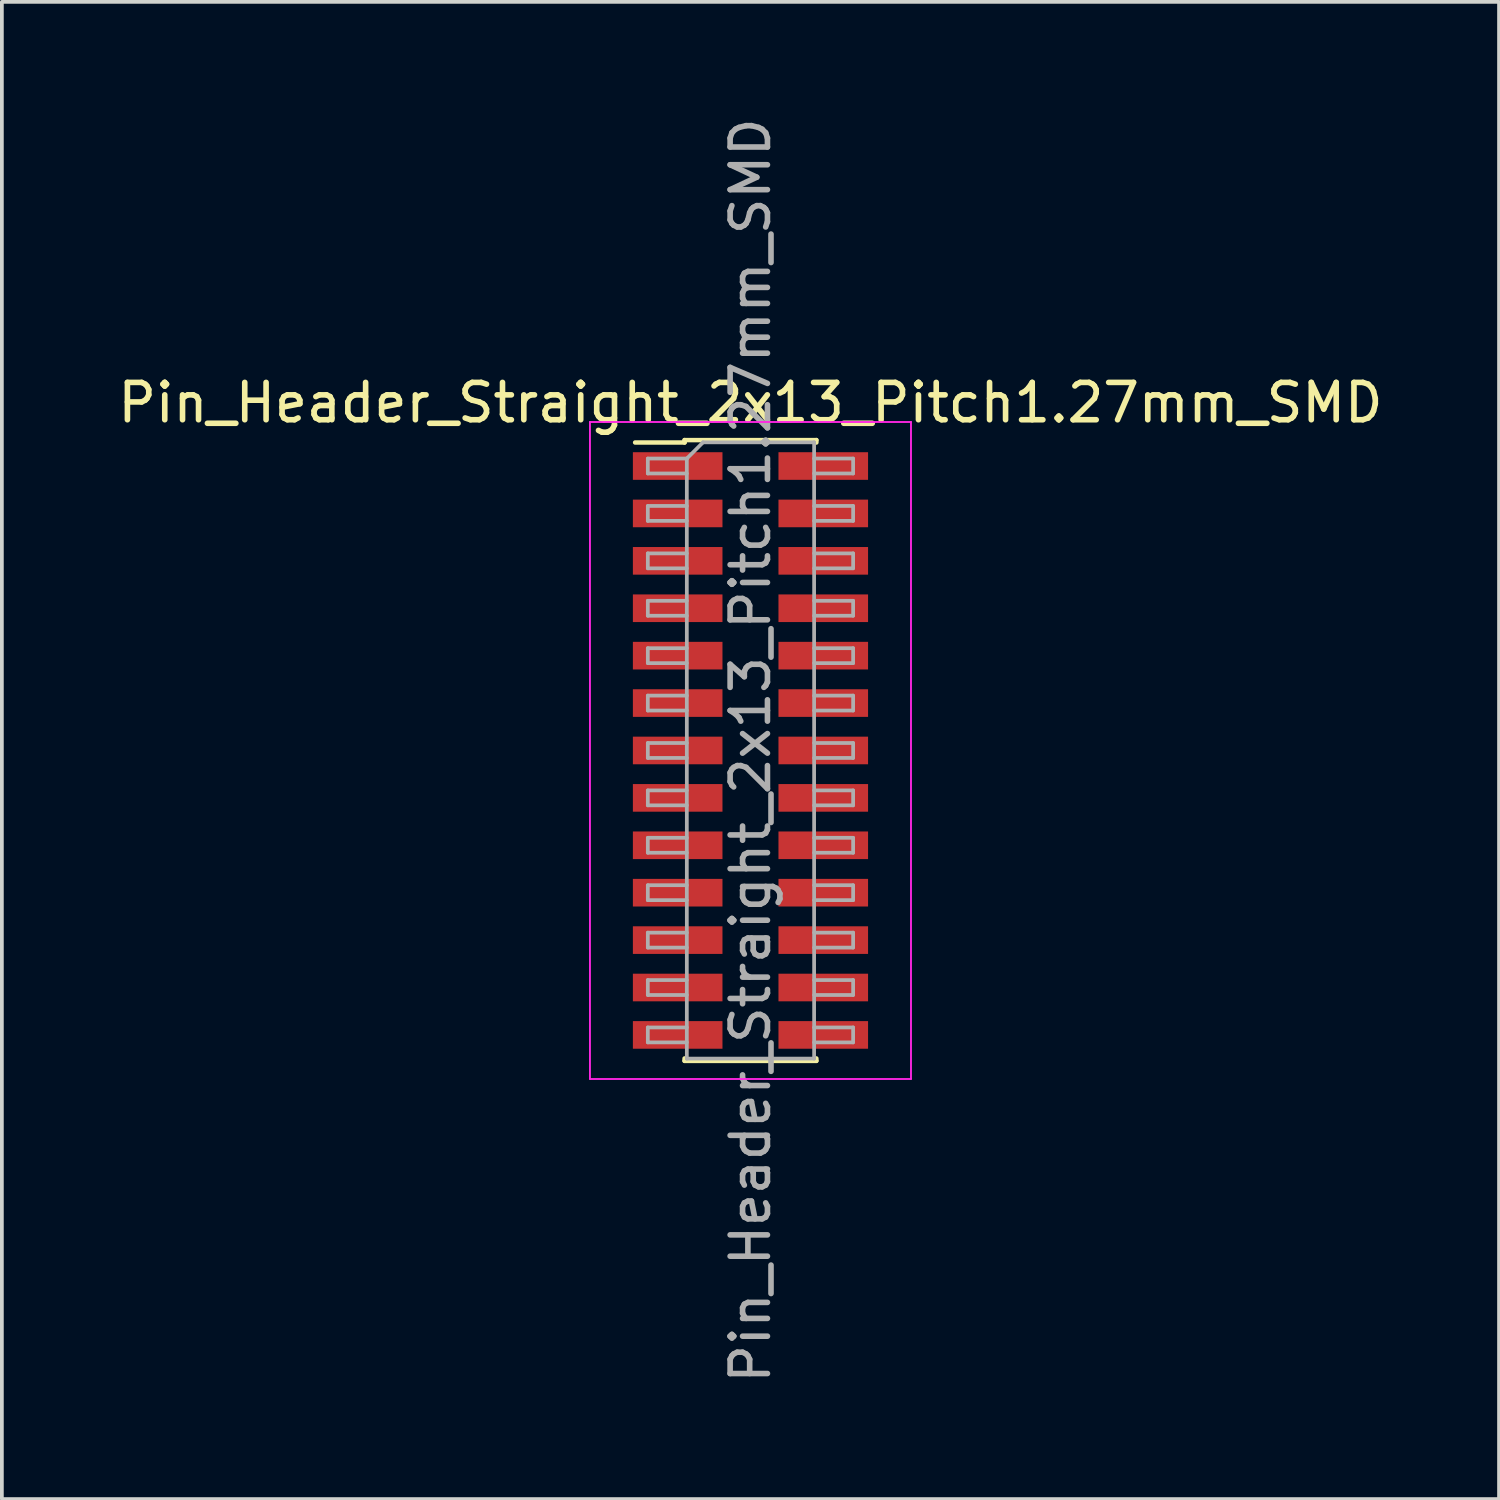
<source format=kicad_pcb>
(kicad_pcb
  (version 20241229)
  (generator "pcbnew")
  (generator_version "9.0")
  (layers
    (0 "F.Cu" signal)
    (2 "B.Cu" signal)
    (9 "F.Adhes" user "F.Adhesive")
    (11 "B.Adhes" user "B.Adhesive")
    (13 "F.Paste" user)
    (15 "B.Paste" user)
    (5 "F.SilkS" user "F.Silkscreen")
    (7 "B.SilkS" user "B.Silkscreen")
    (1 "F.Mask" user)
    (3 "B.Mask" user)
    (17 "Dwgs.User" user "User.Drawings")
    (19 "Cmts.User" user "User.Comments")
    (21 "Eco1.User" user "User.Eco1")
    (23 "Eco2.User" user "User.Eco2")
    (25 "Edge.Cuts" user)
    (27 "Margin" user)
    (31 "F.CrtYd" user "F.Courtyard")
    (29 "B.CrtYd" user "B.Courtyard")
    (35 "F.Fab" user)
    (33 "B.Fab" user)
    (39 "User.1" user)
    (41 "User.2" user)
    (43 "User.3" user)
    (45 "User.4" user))
  (footprint "Pin_Header_Straight_2x13_Pitch1.27mm_SMD"
    (layer "F.Cu")
    (at 17.054 17.054)
    (property "Reference" "Pin_Header_Straight_2x13_Pitch1.27mm_SMD" (at 0 -9.315 0) (layer "F.SilkS") (effects (font (size 1 1) (thickness 0.15))))
    (attr smd)
    (fp_line (start -3.09 -8.25) (end -1.765 -8.25) (stroke (width 0.12) (type solid)) (layer "F.SilkS"))
    (fp_line (start -1.765 -8.315) (end -1.765 -8.25) (stroke (width 0.12) (type solid)) (layer "F.SilkS"))
    (fp_line (start -1.765 -8.315) (end 1.765 -8.315) (stroke (width 0.12) (type solid)) (layer "F.SilkS"))
    (fp_line (start -1.765 8.25) (end -1.765 8.315) (stroke (width 0.12) (type solid)) (layer "F.SilkS"))
    (fp_line (start -1.765 8.315) (end 1.765 8.315) (stroke (width 0.12) (type solid)) (layer "F.SilkS"))
    (fp_line (start 1.765 -8.315) (end 1.765 -8.25) (stroke (width 0.12) (type solid)) (layer "F.SilkS"))
    (fp_line (start 1.765 8.25) (end 1.765 8.315) (stroke (width 0.12) (type solid)) (layer "F.SilkS"))
    (fp_line (start -4.3 -8.8) (end -4.3 8.8) (stroke (width 0.05) (type solid)) (layer "F.CrtYd"))
    (fp_line (start -4.3 8.8) (end 4.3 8.8) (stroke (width 0.05) (type solid)) (layer "F.CrtYd"))
    (fp_line (start 4.3 -8.8) (end -4.3 -8.8) (stroke (width 0.05) (type solid)) (layer "F.CrtYd"))
    (fp_line (start 4.3 8.8) (end 4.3 -8.8) (stroke (width 0.05) (type solid)) (layer "F.CrtYd"))
    (fp_line (start -2.75 -7.82) (end -2.75 -7.42) (stroke (width 0.1) (type solid)) (layer "F.Fab"))
    (fp_line (start -2.75 -7.42) (end -1.705 -7.42) (stroke (width 0.1) (type solid)) (layer "F.Fab"))
    (fp_line (start -2.75 -6.55) (end -2.75 -6.15) (stroke (width 0.1) (type solid)) (layer "F.Fab"))
    (fp_line (start -2.75 -6.15) (end -1.705 -6.15) (stroke (width 0.1) (type solid)) (layer "F.Fab"))
    (fp_line (start -2.75 -5.28) (end -2.75 -4.88) (stroke (width 0.1) (type solid)) (layer "F.Fab"))
    (fp_line (start -2.75 -4.88) (end -1.705 -4.88) (stroke (width 0.1) (type solid)) (layer "F.Fab"))
    (fp_line (start -2.75 -4.01) (end -2.75 -3.61) (stroke (width 0.1) (type solid)) (layer "F.Fab"))
    (fp_line (start -2.75 -3.61) (end -1.705 -3.61) (stroke (width 0.1) (type solid)) (layer "F.Fab"))
    (fp_line (start -2.75 -2.74) (end -2.75 -2.34) (stroke (width 0.1) (type solid)) (layer "F.Fab"))
    (fp_line (start -2.75 -2.34) (end -1.705 -2.34) (stroke (width 0.1) (type solid)) (layer "F.Fab"))
    (fp_line (start -2.75 -1.47) (end -2.75 -1.07) (stroke (width 0.1) (type solid)) (layer "F.Fab"))
    (fp_line (start -2.75 -1.07) (end -1.705 -1.07) (stroke (width 0.1) (type solid)) (layer "F.Fab"))
    (fp_line (start -2.75 -0.2) (end -2.75 0.2) (stroke (width 0.1) (type solid)) (layer "F.Fab"))
    (fp_line (start -2.75 0.2) (end -1.705 0.2) (stroke (width 0.1) (type solid)) (layer "F.Fab"))
    (fp_line (start -2.75 1.07) (end -2.75 1.47) (stroke (width 0.1) (type solid)) (layer "F.Fab"))
    (fp_line (start -2.75 1.47) (end -1.705 1.47) (stroke (width 0.1) (type solid)) (layer "F.Fab"))
    (fp_line (start -2.75 2.34) (end -2.75 2.74) (stroke (width 0.1) (type solid)) (layer "F.Fab"))
    (fp_line (start -2.75 2.74) (end -1.705 2.74) (stroke (width 0.1) (type solid)) (layer "F.Fab"))
    (fp_line (start -2.75 3.61) (end -2.75 4.01) (stroke (width 0.1) (type solid)) (layer "F.Fab"))
    (fp_line (start -2.75 4.01) (end -1.705 4.01) (stroke (width 0.1) (type solid)) (layer "F.Fab"))
    (fp_line (start -2.75 4.88) (end -2.75 5.28) (stroke (width 0.1) (type solid)) (layer "F.Fab"))
    (fp_line (start -2.75 5.28) (end -1.705 5.28) (stroke (width 0.1) (type solid)) (layer "F.Fab"))
    (fp_line (start -2.75 6.15) (end -2.75 6.55) (stroke (width 0.1) (type solid)) (layer "F.Fab"))
    (fp_line (start -2.75 6.55) (end -1.705 6.55) (stroke (width 0.1) (type solid)) (layer "F.Fab"))
    (fp_line (start -2.75 7.42) (end -2.75 7.82) (stroke (width 0.1) (type solid)) (layer "F.Fab"))
    (fp_line (start -2.75 7.82) (end -1.705 7.82) (stroke (width 0.1) (type solid)) (layer "F.Fab"))
    (fp_line (start -1.705 -7.82) (end -2.75 -7.82) (stroke (width 0.1) (type solid)) (layer "F.Fab"))
    (fp_line (start -1.705 -7.82) (end -1.27 -8.255) (stroke (width 0.1) (type solid)) (layer "F.Fab"))
    (fp_line (start -1.705 -6.55) (end -2.75 -6.55) (stroke (width 0.1) (type solid)) (layer "F.Fab"))
    (fp_line (start -1.705 -5.28) (end -2.75 -5.28) (stroke (width 0.1) (type solid)) (layer "F.Fab"))
    (fp_line (start -1.705 -4.01) (end -2.75 -4.01) (stroke (width 0.1) (type solid)) (layer "F.Fab"))
    (fp_line (start -1.705 -2.74) (end -2.75 -2.74) (stroke (width 0.1) (type solid)) (layer "F.Fab"))
    (fp_line (start -1.705 -1.47) (end -2.75 -1.47) (stroke (width 0.1) (type solid)) (layer "F.Fab"))
    (fp_line (start -1.705 -0.2) (end -2.75 -0.2) (stroke (width 0.1) (type solid)) (layer "F.Fab"))
    (fp_line (start -1.705 1.07) (end -2.75 1.07) (stroke (width 0.1) (type solid)) (layer "F.Fab"))
    (fp_line (start -1.705 2.34) (end -2.75 2.34) (stroke (width 0.1) (type solid)) (layer "F.Fab"))
    (fp_line (start -1.705 3.61) (end -2.75 3.61) (stroke (width 0.1) (type solid)) (layer "F.Fab"))
    (fp_line (start -1.705 4.88) (end -2.75 4.88) (stroke (width 0.1) (type solid)) (layer "F.Fab"))
    (fp_line (start -1.705 6.15) (end -2.75 6.15) (stroke (width 0.1) (type solid)) (layer "F.Fab"))
    (fp_line (start -1.705 7.42) (end -2.75 7.42) (stroke (width 0.1) (type solid)) (layer "F.Fab"))
    (fp_line (start -1.705 8.255) (end -1.705 -7.82) (stroke (width 0.1) (type solid)) (layer "F.Fab"))
    (fp_line (start -1.27 -8.255) (end 1.705 -8.255) (stroke (width 0.1) (type solid)) (layer "F.Fab"))
    (fp_line (start 1.705 -8.255) (end 1.705 8.255) (stroke (width 0.1) (type solid)) (layer "F.Fab"))
    (fp_line (start 1.705 -7.82) (end 2.75 -7.82) (stroke (width 0.1) (type solid)) (layer "F.Fab"))
    (fp_line (start 1.705 -6.55) (end 2.75 -6.55) (stroke (width 0.1) (type solid)) (layer "F.Fab"))
    (fp_line (start 1.705 -5.28) (end 2.75 -5.28) (stroke (width 0.1) (type solid)) (layer "F.Fab"))
    (fp_line (start 1.705 -4.01) (end 2.75 -4.01) (stroke (width 0.1) (type solid)) (layer "F.Fab"))
    (fp_line (start 1.705 -2.74) (end 2.75 -2.74) (stroke (width 0.1) (type solid)) (layer "F.Fab"))
    (fp_line (start 1.705 -1.47) (end 2.75 -1.47) (stroke (width 0.1) (type solid)) (layer "F.Fab"))
    (fp_line (start 1.705 -0.2) (end 2.75 -0.2) (stroke (width 0.1) (type solid)) (layer "F.Fab"))
    (fp_line (start 1.705 1.07) (end 2.75 1.07) (stroke (width 0.1) (type solid)) (layer "F.Fab"))
    (fp_line (start 1.705 2.34) (end 2.75 2.34) (stroke (width 0.1) (type solid)) (layer "F.Fab"))
    (fp_line (start 1.705 3.61) (end 2.75 3.61) (stroke (width 0.1) (type solid)) (layer "F.Fab"))
    (fp_line (start 1.705 4.88) (end 2.75 4.88) (stroke (width 0.1) (type solid)) (layer "F.Fab"))
    (fp_line (start 1.705 6.15) (end 2.75 6.15) (stroke (width 0.1) (type solid)) (layer "F.Fab"))
    (fp_line (start 1.705 7.42) (end 2.75 7.42) (stroke (width 0.1) (type solid)) (layer "F.Fab"))
    (fp_line (start 1.705 8.255) (end -1.705 8.255) (stroke (width 0.1) (type solid)) (layer "F.Fab"))
    (fp_line (start 2.75 -7.82) (end 2.75 -7.42) (stroke (width 0.1) (type solid)) (layer "F.Fab"))
    (fp_line (start 2.75 -7.42) (end 1.705 -7.42) (stroke (width 0.1) (type solid)) (layer "F.Fab"))
    (fp_line (start 2.75 -6.55) (end 2.75 -6.15) (stroke (width 0.1) (type solid)) (layer "F.Fab"))
    (fp_line (start 2.75 -6.15) (end 1.705 -6.15) (stroke (width 0.1) (type solid)) (layer "F.Fab"))
    (fp_line (start 2.75 -5.28) (end 2.75 -4.88) (stroke (width 0.1) (type solid)) (layer "F.Fab"))
    (fp_line (start 2.75 -4.88) (end 1.705 -4.88) (stroke (width 0.1) (type solid)) (layer "F.Fab"))
    (fp_line (start 2.75 -4.01) (end 2.75 -3.61) (stroke (width 0.1) (type solid)) (layer "F.Fab"))
    (fp_line (start 2.75 -3.61) (end 1.705 -3.61) (stroke (width 0.1) (type solid)) (layer "F.Fab"))
    (fp_line (start 2.75 -2.74) (end 2.75 -2.34) (stroke (width 0.1) (type solid)) (layer "F.Fab"))
    (fp_line (start 2.75 -2.34) (end 1.705 -2.34) (stroke (width 0.1) (type solid)) (layer "F.Fab"))
    (fp_line (start 2.75 -1.47) (end 2.75 -1.07) (stroke (width 0.1) (type solid)) (layer "F.Fab"))
    (fp_line (start 2.75 -1.07) (end 1.705 -1.07) (stroke (width 0.1) (type solid)) (layer "F.Fab"))
    (fp_line (start 2.75 -0.2) (end 2.75 0.2) (stroke (width 0.1) (type solid)) (layer "F.Fab"))
    (fp_line (start 2.75 0.2) (end 1.705 0.2) (stroke (width 0.1) (type solid)) (layer "F.Fab"))
    (fp_line (start 2.75 1.07) (end 2.75 1.47) (stroke (width 0.1) (type solid)) (layer "F.Fab"))
    (fp_line (start 2.75 1.47) (end 1.705 1.47) (stroke (width 0.1) (type solid)) (layer "F.Fab"))
    (fp_line (start 2.75 2.34) (end 2.75 2.74) (stroke (width 0.1) (type solid)) (layer "F.Fab"))
    (fp_line (start 2.75 2.74) (end 1.705 2.74) (stroke (width 0.1) (type solid)) (layer "F.Fab"))
    (fp_line (start 2.75 3.61) (end 2.75 4.01) (stroke (width 0.1) (type solid)) (layer "F.Fab"))
    (fp_line (start 2.75 4.01) (end 1.705 4.01) (stroke (width 0.1) (type solid)) (layer "F.Fab"))
    (fp_line (start 2.75 4.88) (end 2.75 5.28) (stroke (width 0.1) (type solid)) (layer "F.Fab"))
    (fp_line (start 2.75 5.28) (end 1.705 5.28) (stroke (width 0.1) (type solid)) (layer "F.Fab"))
    (fp_line (start 2.75 6.15) (end 2.75 6.55) (stroke (width 0.1) (type solid)) (layer "F.Fab"))
    (fp_line (start 2.75 6.55) (end 1.705 6.55) (stroke (width 0.1) (type solid)) (layer "F.Fab"))
    (fp_line (start 2.75 7.42) (end 2.75 7.82) (stroke (width 0.1) (type solid)) (layer "F.Fab"))
    (fp_line (start 2.75 7.82) (end 1.705 7.82) (stroke (width 0.1) (type solid)) (layer "F.Fab"))
    (fp_text user "${REFERENCE}" (at 0 0 90) (layer "F.Fab") (effects (font (size 1 1) (thickness 0.15))))
    (pad "1" smd rect (at -1.95 -7.62) (size 2.4 0.74) (layers "F.Cu" "F.Mask" "F.Paste"))
    (pad "2" smd rect (at 1.95 -7.62) (size 2.4 0.74) (layers "F.Cu" "F.Mask" "F.Paste"))
    (pad "3" smd rect (at -1.95 -6.35) (size 2.4 0.74) (layers "F.Cu" "F.Mask" "F.Paste"))
    (pad "4" smd rect (at 1.95 -6.35) (size 2.4 0.74) (layers "F.Cu" "F.Mask" "F.Paste"))
    (pad "5" smd rect (at -1.95 -5.08) (size 2.4 0.74) (layers "F.Cu" "F.Mask" "F.Paste"))
    (pad "6" smd rect (at 1.95 -5.08) (size 2.4 0.74) (layers "F.Cu" "F.Mask" "F.Paste"))
    (pad "7" smd rect (at -1.95 -3.81) (size 2.4 0.74) (layers "F.Cu" "F.Mask" "F.Paste"))
    (pad "8" smd rect (at 1.95 -3.81) (size 2.4 0.74) (layers "F.Cu" "F.Mask" "F.Paste"))
    (pad "9" smd rect (at -1.95 -2.54) (size 2.4 0.74) (layers "F.Cu" "F.Mask" "F.Paste"))
    (pad "10" smd rect (at 1.95 -2.54) (size 2.4 0.74) (layers "F.Cu" "F.Mask" "F.Paste"))
    (pad "11" smd rect (at -1.95 -1.27) (size 2.4 0.74) (layers "F.Cu" "F.Mask" "F.Paste"))
    (pad "12" smd rect (at 1.95 -1.27) (size 2.4 0.74) (layers "F.Cu" "F.Mask" "F.Paste"))
    (pad "13" smd rect (at -1.95 0) (size 2.4 0.74) (layers "F.Cu" "F.Mask" "F.Paste"))
    (pad "14" smd rect (at 1.95 0) (size 2.4 0.74) (layers "F.Cu" "F.Mask" "F.Paste"))
    (pad "15" smd rect (at -1.95 1.27) (size 2.4 0.74) (layers "F.Cu" "F.Mask" "F.Paste"))
    (pad "16" smd rect (at 1.95 1.27) (size 2.4 0.74) (layers "F.Cu" "F.Mask" "F.Paste"))
    (pad "17" smd rect (at -1.95 2.54) (size 2.4 0.74) (layers "F.Cu" "F.Mask" "F.Paste"))
    (pad "18" smd rect (at 1.95 2.54) (size 2.4 0.74) (layers "F.Cu" "F.Mask" "F.Paste"))
    (pad "19" smd rect (at -1.95 3.81) (size 2.4 0.74) (layers "F.Cu" "F.Mask" "F.Paste"))
    (pad "20" smd rect (at 1.95 3.81) (size 2.4 0.74) (layers "F.Cu" "F.Mask" "F.Paste"))
    (pad "21" smd rect (at -1.95 5.08) (size 2.4 0.74) (layers "F.Cu" "F.Mask" "F.Paste"))
    (pad "22" smd rect (at 1.95 5.08) (size 2.4 0.74) (layers "F.Cu" "F.Mask" "F.Paste"))
    (pad "23" smd rect (at -1.95 6.35) (size 2.4 0.74) (layers "F.Cu" "F.Mask" "F.Paste"))
    (pad "24" smd rect (at 1.95 6.35) (size 2.4 0.74) (layers "F.Cu" "F.Mask" "F.Paste"))
    (pad "25" smd rect (at -1.95 7.62) (size 2.4 0.74) (layers "F.Cu" "F.Mask" "F.Paste"))
    (pad "26" smd rect (at 1.95 7.62) (size 2.4 0.74) (layers "F.Cu" "F.Mask" "F.Paste")))
  (gr_rect
    (start -3 -3)
    (end 37.107 37.107)
    (stroke (width 0.1) (type default))
    (fill no)
    (layer "Edge.Cuts")))
</source>
